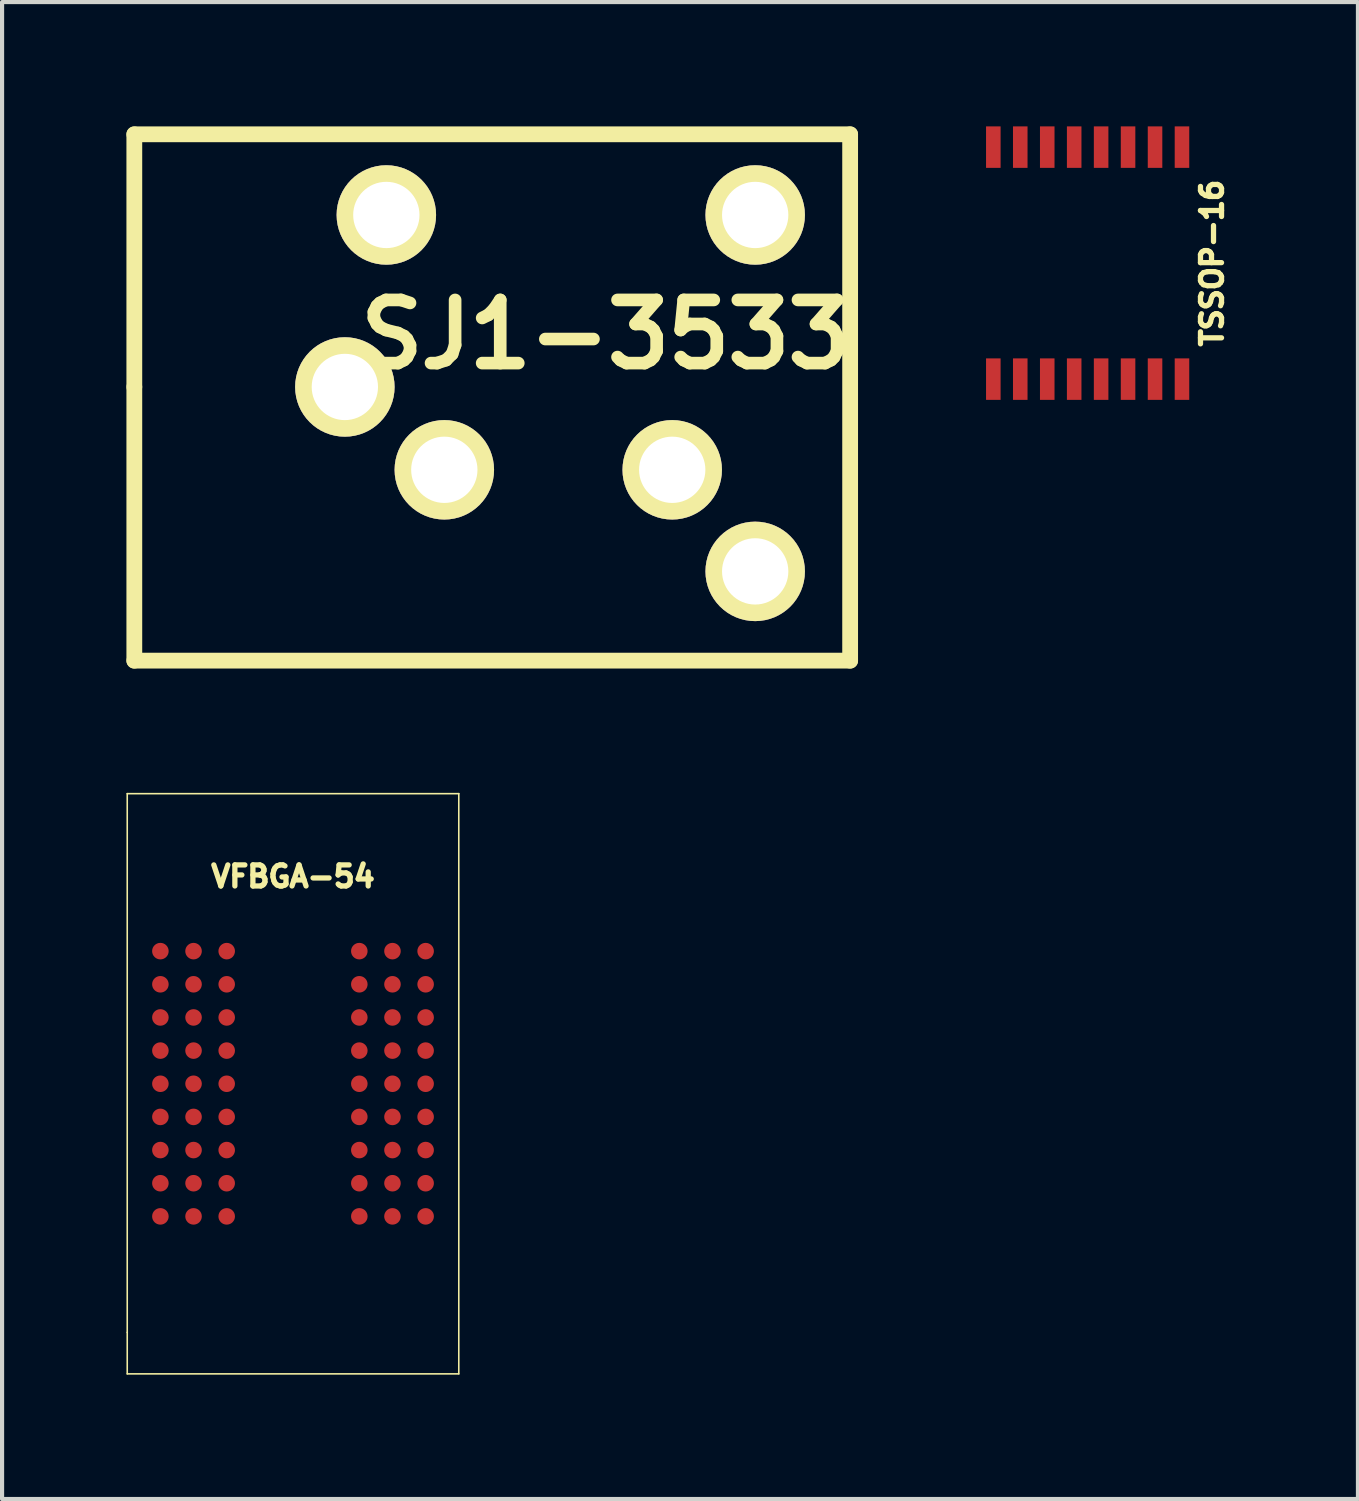
<source format=kicad_pcb>
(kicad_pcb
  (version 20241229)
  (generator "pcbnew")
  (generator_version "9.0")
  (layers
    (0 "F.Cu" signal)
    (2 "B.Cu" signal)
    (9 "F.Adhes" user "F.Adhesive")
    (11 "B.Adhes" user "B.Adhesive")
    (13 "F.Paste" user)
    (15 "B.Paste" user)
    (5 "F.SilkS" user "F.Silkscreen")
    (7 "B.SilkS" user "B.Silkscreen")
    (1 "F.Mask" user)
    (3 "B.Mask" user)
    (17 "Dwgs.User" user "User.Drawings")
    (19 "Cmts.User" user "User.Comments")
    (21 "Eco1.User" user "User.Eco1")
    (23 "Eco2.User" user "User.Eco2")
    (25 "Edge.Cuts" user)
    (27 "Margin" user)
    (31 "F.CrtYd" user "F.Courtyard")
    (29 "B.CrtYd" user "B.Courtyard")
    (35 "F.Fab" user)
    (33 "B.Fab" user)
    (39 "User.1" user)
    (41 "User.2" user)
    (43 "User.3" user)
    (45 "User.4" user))
  (footprint "SJ1-3533"
    (layer "F.Cu")
    (at 5.271 6.287)
    (property "Reference" "SJ1-3533" (at 6.289 -1.265 0) (layer "F.SilkS") (effects (font (size 1.524 1.524) (thickness 0.305))))
    (attr through_hole)
    (fp_line (start -5.08 -6.096) (end 12.192 -6.096) (stroke (width 0.381) (type solid)) (layer "F.SilkS"))
    (fp_line (start -5.08 0) (end -5.08 -6.096) (stroke (width 0.381) (type solid)) (layer "F.SilkS"))
    (fp_line (start -5.08 6.604) (end -5.08 0) (stroke (width 0.381) (type solid)) (layer "F.SilkS"))
    (fp_line (start 12.192 -6.096) (end 12.192 6.604) (stroke (width 0.381) (type solid)) (layer "F.SilkS"))
    (fp_line (start 12.192 6.604) (end -5.08 6.604) (stroke (width 0.381) (type solid)) (layer "F.SilkS"))
    (pad "1" thru_hole circle (at 0 0) (size 2.4 2.4) (drill 1.6) (layers "*.Cu" "*.Mask" "F.SilkS"))
    (pad "2" thru_hole circle (at 2.4 1.999) (size 2.4 2.4) (drill 1.6) (layers "*.Cu" "*.Mask" "F.SilkS"))
    (pad "3" thru_hole circle (at 7.899 1.999) (size 2.4 2.4) (drill 1.6) (layers "*.Cu" "*.Mask" "F.SilkS"))
    (pad "g1" thru_hole circle (at 9.901 4.45) (size 2.4 2.4) (drill 1.6) (layers "*.Cu" "*.Mask" "F.SilkS"))
    (pad "g2" thru_hole circle (at 9.901 -4.15) (size 2.4 2.4) (drill 1.6) (layers "*.Cu" "*.Mask" "F.SilkS"))
    (pad "g3" thru_hole circle (at 1.001 -4.15) (size 2.4 2.4) (drill 1.6) (layers "*.Cu" "*.Mask" "F.SilkS")))
  (footprint "TSSOP-16"
    (layer "F.Cu")
    (at 23.194 3.299)
    (property "Reference" "TSSOP-16" (at 3.002 0 90) (layer "F.SilkS") (effects (font (size 0.508 0.508) (thickness 0.127))))
    (attr through_hole)
    (pad "1" smd rect (at -2.276 2.799) (size 0.351 1.001) (layers "F.Cu" "F.Mask" "F.Paste"))
    (pad "2" smd rect (at -1.626 2.799) (size 0.351 1.001) (layers "F.Cu" "F.Mask" "F.Paste"))
    (pad "3" smd rect (at -0.975 2.799) (size 0.351 1.001) (layers "F.Cu" "F.Mask" "F.Paste"))
    (pad "4" smd rect (at -0.325 2.799) (size 0.351 1.001) (layers "F.Cu" "F.Mask" "F.Paste"))
    (pad "5" smd rect (at 0.325 2.799) (size 0.351 1.001) (layers "F.Cu" "F.Mask" "F.Paste"))
    (pad "6" smd rect (at 0.975 2.799) (size 0.351 1.001) (layers "F.Cu" "F.Mask" "F.Paste"))
    (pad "7" smd rect (at 1.626 2.799) (size 0.351 1.001) (layers "F.Cu" "F.Mask" "F.Paste"))
    (pad "8" smd rect (at 2.276 2.799) (size 0.351 1.001) (layers "F.Cu" "F.Mask" "F.Paste"))
    (pad "9" smd rect (at 2.276 -2.799) (size 0.351 1.001) (layers "F.Cu" "F.Mask" "F.Paste"))
    (pad "10" smd rect (at 1.626 -2.799) (size 0.351 1.001) (layers "F.Cu" "F.Mask" "F.Paste"))
    (pad "11" smd rect (at 0.975 -2.799) (size 0.351 1.001) (layers "F.Cu" "F.Mask" "F.Paste"))
    (pad "12" smd rect (at 0.325 -2.799) (size 0.351 1.001) (layers "F.Cu" "F.Mask" "F.Paste"))
    (pad "13" smd rect (at -0.325 -2.799) (size 0.351 1.001) (layers "F.Cu" "F.Mask" "F.Paste"))
    (pad "14" smd rect (at -0.975 -2.799) (size 0.351 1.001) (layers "F.Cu" "F.Mask" "F.Paste"))
    (pad "15" smd rect (at -1.626 -2.799) (size 0.351 1.001) (layers "F.Cu" "F.Mask" "F.Paste"))
    (pad "16" smd rect (at -2.276 -2.799) (size 0.351 1.001) (layers "F.Cu" "F.Mask" "F.Paste")))
  (footprint "VFBGA-54"
    (layer "F.Cu")
    (at 4.02 23.1)
    (property "Reference" "VFBGA-54" (at 0 -5.001 180) (layer "F.SilkS") (effects (font (size 0.508 0.508) (thickness 0.127))))
    (attr through_hole)
    (fp_line (start -4 -7) (end -4 5.999) (stroke (width 0.038) (type solid)) (layer "F.SilkS"))
    (fp_line (start -4 5.999) (end -4 7) (stroke (width 0.038) (type solid)) (layer "F.SilkS"))
    (fp_line (start -4 7) (end 4 7) (stroke (width 0.038) (type solid)) (layer "F.SilkS"))
    (fp_line (start 4 -7) (end -4 -7) (stroke (width 0.038) (type solid)) (layer "F.SilkS"))
    (fp_line (start 4 7) (end 4 -7) (stroke (width 0.038) (type solid)) (layer "F.SilkS"))
    (pad "A1" smd circle (at -3.2 -3.2) (size 0.399 0.399) (layers "F.Cu" "F.Mask" "F.Paste"))
    (pad "A2" smd circle (at -2.4 -3.2) (size 0.399 0.399) (layers "F.Cu" "F.Mask" "F.Paste"))
    (pad "A3" smd circle (at -1.6 -3.2) (size 0.399 0.399) (layers "F.Cu" "F.Mask" "F.Paste"))
    (pad "A7" smd circle (at 1.6 -3.2) (size 0.399 0.399) (layers "F.Cu" "F.Mask" "F.Paste"))
    (pad "A8" smd circle (at 2.4 -3.2) (size 0.399 0.399) (layers "F.Cu" "F.Mask" "F.Paste"))
    (pad "A9" smd circle (at 3.2 -3.2) (size 0.399 0.399) (layers "F.Cu" "F.Mask" "F.Paste"))
    (pad "B1" smd circle (at -3.2 -2.4) (size 0.399 0.399) (layers "F.Cu" "F.Mask" "F.Paste"))
    (pad "B2" smd circle (at -2.4 -2.4) (size 0.399 0.399) (layers "F.Cu" "F.Mask" "F.Paste"))
    (pad "B3" smd circle (at -1.6 -2.4) (size 0.399 0.399) (layers "F.Cu" "F.Mask" "F.Paste"))
    (pad "B7" smd circle (at 1.6 -2.4) (size 0.399 0.399) (layers "F.Cu" "F.Mask" "F.Paste"))
    (pad "B8" smd circle (at 2.4 -2.4) (size 0.399 0.399) (layers "F.Cu" "F.Mask" "F.Paste"))
    (pad "B9" smd circle (at 3.2 -2.4) (size 0.399 0.399) (layers "F.Cu" "F.Mask" "F.Paste"))
    (pad "C1" smd circle (at -3.2 -1.6) (size 0.399 0.399) (layers "F.Cu" "F.Mask" "F.Paste"))
    (pad "C2" smd circle (at -2.4 -1.6) (size 0.399 0.399) (layers "F.Cu" "F.Mask" "F.Paste"))
    (pad "C3" smd circle (at -1.6 -1.6) (size 0.399 0.399) (layers "F.Cu" "F.Mask" "F.Paste"))
    (pad "C7" smd circle (at 1.6 -1.6) (size 0.399 0.399) (layers "F.Cu" "F.Mask" "F.Paste"))
    (pad "C8" smd circle (at 2.4 -1.6) (size 0.399 0.399) (layers "F.Cu" "F.Mask" "F.Paste"))
    (pad "C9" smd circle (at 3.2 -1.6) (size 0.399 0.399) (layers "F.Cu" "F.Mask" "F.Paste"))
    (pad "D1" smd circle (at -3.2 -0.8) (size 0.399 0.399) (layers "F.Cu" "F.Mask" "F.Paste"))
    (pad "D2" smd circle (at -2.4 -0.8) (size 0.399 0.399) (layers "F.Cu" "F.Mask" "F.Paste"))
    (pad "D3" smd circle (at -1.6 -0.8) (size 0.399 0.399) (layers "F.Cu" "F.Mask" "F.Paste"))
    (pad "D7" smd circle (at 1.6 -0.8) (size 0.399 0.399) (layers "F.Cu" "F.Mask" "F.Paste"))
    (pad "D8" smd circle (at 2.4 -0.8) (size 0.399 0.399) (layers "F.Cu" "F.Mask" "F.Paste"))
    (pad "D9" smd circle (at 3.2 -0.8) (size 0.399 0.399) (layers "F.Cu" "F.Mask" "F.Paste"))
    (pad "E1" smd circle (at -3.2 0) (size 0.399 0.399) (layers "F.Cu" "F.Mask" "F.Paste"))
    (pad "E2" smd circle (at -2.4 0) (size 0.399 0.399) (layers "F.Cu" "F.Mask" "F.Paste"))
    (pad "E3" smd circle (at -1.6 0) (size 0.399 0.399) (layers "F.Cu" "F.Mask" "F.Paste"))
    (pad "E7" smd circle (at 1.6 0) (size 0.399 0.399) (layers "F.Cu" "F.Mask" "F.Paste"))
    (pad "E8" smd circle (at 2.4 0) (size 0.399 0.399) (layers "F.Cu" "F.Mask" "F.Paste"))
    (pad "E9" smd circle (at 3.2 0) (size 0.399 0.399) (layers "F.Cu" "F.Mask" "F.Paste"))
    (pad "F1" smd circle (at -3.2 0.8) (size 0.399 0.399) (layers "F.Cu" "F.Mask" "F.Paste"))
    (pad "F2" smd circle (at -2.4 0.8) (size 0.399 0.399) (layers "F.Cu" "F.Mask" "F.Paste"))
    (pad "F3" smd circle (at -1.6 0.8) (size 0.399 0.399) (layers "F.Cu" "F.Mask" "F.Paste"))
    (pad "F7" smd circle (at 1.6 0.8) (size 0.399 0.399) (layers "F.Cu" "F.Mask" "F.Paste"))
    (pad "F8" smd circle (at 2.4 0.8) (size 0.399 0.399) (layers "F.Cu" "F.Mask" "F.Paste"))
    (pad "F9" smd circle (at 3.2 0.8) (size 0.399 0.399) (layers "F.Cu" "F.Mask" "F.Paste"))
    (pad "G1" smd circle (at -3.2 1.6) (size 0.399 0.399) (layers "F.Cu" "F.Mask" "F.Paste"))
    (pad "G2" smd circle (at -2.4 1.6) (size 0.399 0.399) (layers "F.Cu" "F.Mask" "F.Paste"))
    (pad "G3" smd circle (at -1.6 1.6) (size 0.399 0.399) (layers "F.Cu" "F.Mask" "F.Paste"))
    (pad "G7" smd circle (at 1.6 1.6) (size 0.399 0.399) (layers "F.Cu" "F.Mask" "F.Paste"))
    (pad "G8" smd circle (at 2.4 1.6) (size 0.399 0.399) (layers "F.Cu" "F.Mask" "F.Paste"))
    (pad "G9" smd circle (at 3.2 1.6) (size 0.399 0.399) (layers "F.Cu" "F.Mask" "F.Paste"))
    (pad "H1" smd circle (at -3.2 2.4) (size 0.399 0.399) (layers "F.Cu" "F.Mask" "F.Paste"))
    (pad "H2" smd circle (at -2.4 2.4) (size 0.399 0.399) (layers "F.Cu" "F.Mask" "F.Paste"))
    (pad "H3" smd circle (at -1.6 2.4) (size 0.399 0.399) (layers "F.Cu" "F.Mask" "F.Paste"))
    (pad "H7" smd circle (at 1.6 2.4) (size 0.399 0.399) (layers "F.Cu" "F.Mask" "F.Paste"))
    (pad "H8" smd circle (at 2.4 2.4) (size 0.399 0.399) (layers "F.Cu" "F.Mask" "F.Paste"))
    (pad "H9" smd circle (at 3.2 2.4) (size 0.399 0.399) (layers "F.Cu" "F.Mask" "F.Paste"))
    (pad "J1" smd circle (at -3.2 3.2) (size 0.399 0.399) (layers "F.Cu" "F.Mask" "F.Paste"))
    (pad "J2" smd circle (at -2.4 3.2) (size 0.399 0.399) (layers "F.Cu" "F.Mask" "F.Paste"))
    (pad "J3" smd circle (at -1.6 3.2) (size 0.399 0.399) (layers "F.Cu" "F.Mask" "F.Paste"))
    (pad "J7" smd circle (at 1.6 3.2) (size 0.399 0.399) (layers "F.Cu" "F.Mask" "F.Paste"))
    (pad "J8" smd circle (at 2.4 3.2) (size 0.399 0.399) (layers "F.Cu" "F.Mask" "F.Paste"))
    (pad "J9" smd circle (at 3.2 3.2) (size 0.399 0.399) (layers "F.Cu" "F.Mask" "F.Paste")))
  (gr_rect
    (start -3 -3)
    (end 29.716 33.12)
    (stroke (width 0.1) (type default))
    (fill no)
    (layer "Edge.Cuts")))
</source>
